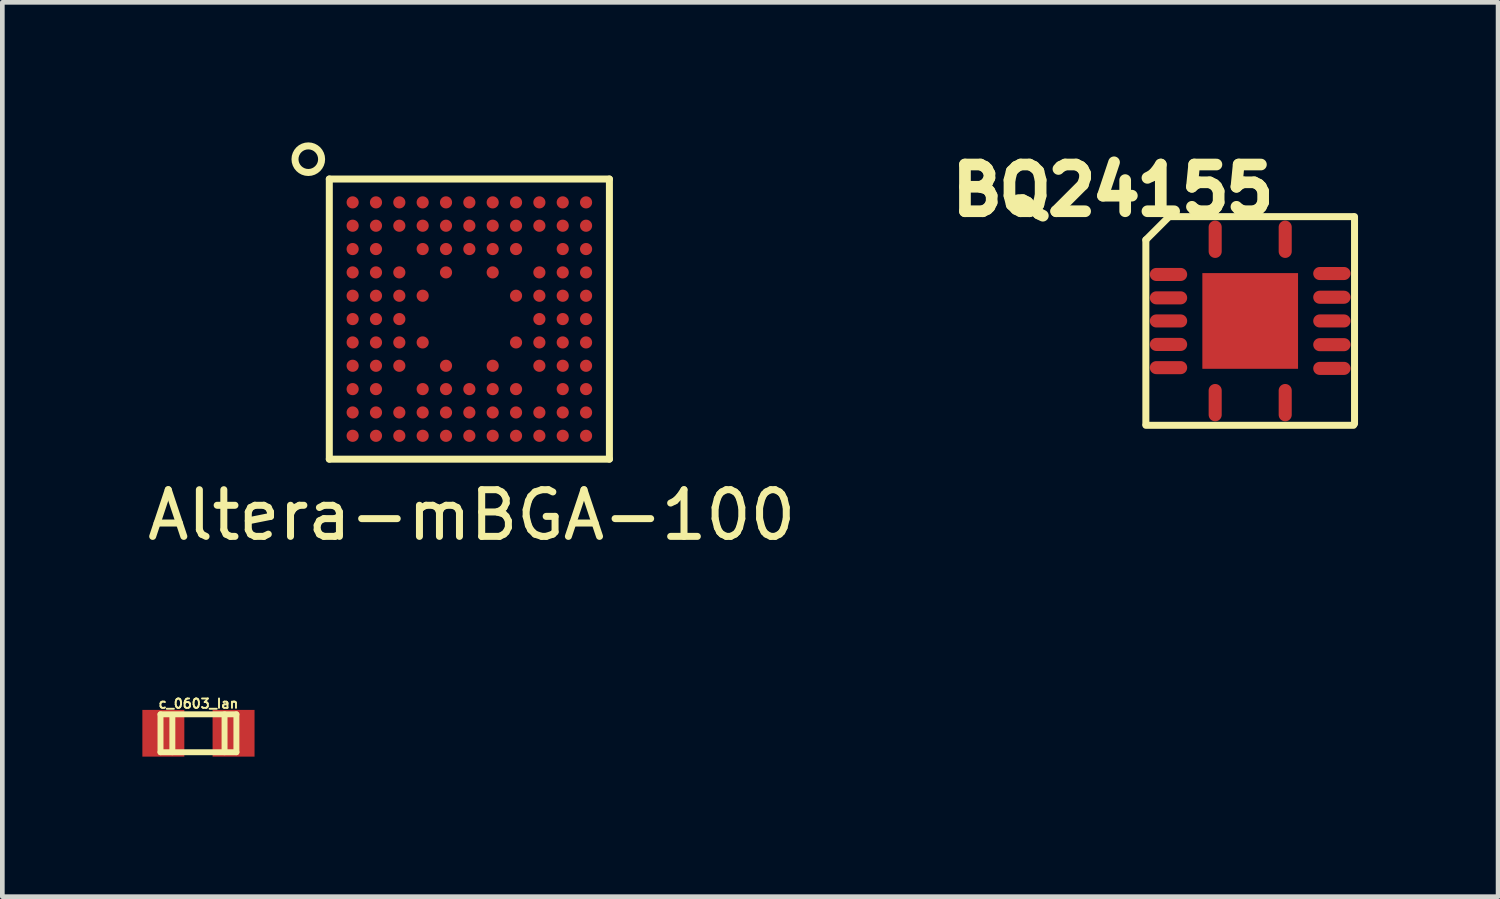
<source format=kicad_pcb>
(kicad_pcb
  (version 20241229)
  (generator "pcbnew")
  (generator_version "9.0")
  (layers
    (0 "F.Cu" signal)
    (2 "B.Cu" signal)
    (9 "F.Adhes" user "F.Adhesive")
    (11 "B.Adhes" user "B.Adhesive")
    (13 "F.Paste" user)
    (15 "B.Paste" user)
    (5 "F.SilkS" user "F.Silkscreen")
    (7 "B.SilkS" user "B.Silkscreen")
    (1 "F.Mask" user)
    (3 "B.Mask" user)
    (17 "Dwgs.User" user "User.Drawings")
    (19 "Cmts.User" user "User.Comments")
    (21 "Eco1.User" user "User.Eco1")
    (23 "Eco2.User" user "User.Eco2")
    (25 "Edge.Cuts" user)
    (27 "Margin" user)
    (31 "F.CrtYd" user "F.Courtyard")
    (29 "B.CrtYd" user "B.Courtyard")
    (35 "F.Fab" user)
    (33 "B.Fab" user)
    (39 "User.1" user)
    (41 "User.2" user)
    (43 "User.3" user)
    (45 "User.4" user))
  (footprint "c_0603_Ian"
    (layer "F.Cu")
    (at 1.201 12.657)
    (property "Reference" "c_0603_Ian" (at 0 -0.635 0) (layer "F.SilkS") (effects (font (size 0.201 0.201) (thickness 0.041))))
    (attr smd)
    (fp_line (start -0.813 -0.406) (end 0.813 -0.406) (stroke (width 0.127) (type solid)) (layer "F.SilkS"))
    (fp_line (start -0.813 0.406) (end -0.813 -0.406) (stroke (width 0.127) (type solid)) (layer "F.SilkS"))
    (fp_line (start -0.559 -0.381) (end -0.559 0.406) (stroke (width 0.127) (type solid)) (layer "F.SilkS"))
    (fp_line (start 0.559 0.406) (end 0.559 -0.406) (stroke (width 0.127) (type solid)) (layer "F.SilkS"))
    (fp_line (start 0.813 -0.406) (end 0.813 0.406) (stroke (width 0.127) (type solid)) (layer "F.SilkS"))
    (fp_line (start 0.813 0.406) (end -0.813 0.406) (stroke (width 0.127) (type solid)) (layer "F.SilkS"))
    (pad "1" smd rect (at 0.752 0) (size 0.899 1.001) (layers "F.Cu" "F.Mask" "F.Paste"))
    (pad "2" smd rect (at -0.752 0) (size 0.899 1.001) (layers "F.Cu" "F.Mask" "F.Paste")))
  (footprint "BQ24155"
    (layer "F.Cu")
    (at 23.73 3.825)
    (property "Reference" "BQ24155" (at -2.94 -2.8 0) (layer "F.SilkS") (effects (font (size 1.001 1.001) (thickness 0.25))))
    (attr smd)
    (fp_line (start -2.235 -1.737) (end -2.235 2.214) (stroke (width 0.15) (type solid)) (layer "F.SilkS"))
    (fp_line (start -2.235 -1.737) (end -1.737 -2.235) (stroke (width 0.15) (type solid)) (layer "F.SilkS"))
    (fp_line (start -1.737 -2.235) (end 2.204 -2.235) (stroke (width 0.15) (type solid)) (layer "F.SilkS"))
    (fp_line (start 2.214 2.235) (end -2.235 2.235) (stroke (width 0.15) (type solid)) (layer "F.SilkS"))
    (fp_line (start 2.235 -2.235) (end 2.235 2.204) (stroke (width 0.15) (type solid)) (layer "F.SilkS"))
    (pad "0" smd rect (at 0 0) (size 2.05 2.05) (layers "F.Cu" "F.Mask" "F.Paste"))
    (pad "1" smd oval (at -0.75 -1.75 270) (size 0.8 0.28) (layers "F.Cu" "F.Mask" "F.Paste"))
    (pad "2" smd oval (at -1.75 -0.996) (size 0.8 0.28) (layers "F.Cu" "F.Mask" "F.Paste"))
    (pad "3" smd oval (at -1.75 -0.495) (size 0.8 0.28) (layers "F.Cu" "F.Mask" "F.Paste"))
    (pad "4" smd oval (at -1.75 0) (size 0.8 0.28) (layers "F.Cu" "F.Mask" "F.Paste"))
    (pad "5" smd oval (at -1.75 0.503) (size 0.8 0.28) (layers "F.Cu" "F.Mask" "F.Paste"))
    (pad "6" smd oval (at -1.75 1) (size 0.8 0.28) (layers "F.Cu" "F.Mask" "F.Paste"))
    (pad "7" smd oval (at -0.75 1.75 90) (size 0.8 0.28) (layers "F.Cu" "F.Mask" "F.Paste"))
    (pad "8" smd oval (at 0.75 1.75 90) (size 0.8 0.28) (layers "F.Cu" "F.Mask" "F.Paste"))
    (pad "9" smd oval (at 1.75 1.016 180) (size 0.8 0.28) (layers "F.Cu" "F.Mask" "F.Paste"))
    (pad "10" smd oval (at 1.75 0.508 180) (size 0.8 0.28) (layers "F.Cu" "F.Mask" "F.Paste"))
    (pad "11" smd oval (at 1.75 0 180) (size 0.8 0.28) (layers "F.Cu" "F.Mask" "F.Paste"))
    (pad "12" smd oval (at 1.75 -0.508 180) (size 0.8 0.28) (layers "F.Cu" "F.Mask" "F.Paste"))
    (pad "13" smd oval (at 1.75 -1.016 180) (size 0.8 0.28) (layers "F.Cu" "F.Mask" "F.Paste"))
    (pad "14" smd oval (at 0.75 -1.75 270) (size 0.8 0.28) (layers "F.Cu" "F.Mask" "F.Paste")))
  (footprint "Altera-mBGA-100"
    (layer "F.Cu")
    (at 7.004 3.785)
    (property "Reference" "Altera-mBGA-100" (at 0.05 4.2 0) (layer "F.SilkS") (effects (font (size 1 1) (thickness 0.15))))
    (attr through_hole)
    (fp_line (start -3 -3) (end 3 -3) (stroke (width 0.15) (type solid)) (layer "F.SilkS"))
    (fp_line (start -3 3) (end -3 -3) (stroke (width 0.15) (type solid)) (layer "F.SilkS"))
    (fp_line (start 3 -3) (end 3 3) (stroke (width 0.15) (type solid)) (layer "F.SilkS"))
    (fp_line (start 3 3) (end -3 3) (stroke (width 0.15) (type solid)) (layer "F.SilkS"))
    (fp_circle (center -3.45 -3.425) (end -3.675 -3.6) (stroke (width 0.15) (type solid)) (fill no) (layer "F.SilkS"))
    (pad "A1" smd circle (at -2.5 -2.5) (size 0.26 0.26) (layers "F.Cu" "F.Mask" "F.Paste"))
    (pad "A2" smd circle (at -2 -2.5) (size 0.26 0.26) (layers "F.Cu" "F.Mask" "F.Paste"))
    (pad "A3" smd circle (at -1.5 -2.5) (size 0.26 0.26) (layers "F.Cu" "F.Mask" "F.Paste"))
    (pad "A4" smd circle (at -1 -2.5) (size 0.26 0.26) (layers "F.Cu" "F.Mask" "F.Paste"))
    (pad "A5" smd circle (at -0.5 -2.5) (size 0.26 0.26) (layers "F.Cu" "F.Mask" "F.Paste"))
    (pad "A6" smd circle (at 0 -2.5) (size 0.26 0.26) (layers "F.Cu" "F.Mask" "F.Paste"))
    (pad "A7" smd circle (at 0.5 -2.5) (size 0.26 0.26) (layers "F.Cu" "F.Mask" "F.Paste"))
    (pad "A8" smd circle (at 1 -2.5) (size 0.26 0.26) (layers "F.Cu" "F.Mask" "F.Paste"))
    (pad "A9" smd circle (at 1.5 -2.5) (size 0.26 0.26) (layers "F.Cu" "F.Mask" "F.Paste"))
    (pad "A10" smd circle (at 2 -2.5) (size 0.26 0.26) (layers "F.Cu" "F.Mask" "F.Paste"))
    (pad "A11" smd circle (at 2.5 -2.5) (size 0.26 0.26) (layers "F.Cu" "F.Mask" "F.Paste"))
    (pad "B1" smd circle (at -2.5 -2) (size 0.26 0.26) (layers "F.Cu" "F.Mask" "F.Paste"))
    (pad "B2" smd circle (at -2 -2) (size 0.26 0.26) (layers "F.Cu" "F.Mask" "F.Paste"))
    (pad "B3" smd circle (at -1.5 -2) (size 0.26 0.26) (layers "F.Cu" "F.Mask" "F.Paste"))
    (pad "B4" smd circle (at -1 -2) (size 0.26 0.26) (layers "F.Cu" "F.Mask" "F.Paste"))
    (pad "B5" smd circle (at -0.5 -2) (size 0.26 0.26) (layers "F.Cu" "F.Mask" "F.Paste"))
    (pad "B6" smd circle (at 0 -2) (size 0.26 0.26) (layers "F.Cu" "F.Mask" "F.Paste"))
    (pad "B7" smd circle (at 0.5 -2) (size 0.26 0.26) (layers "F.Cu" "F.Mask" "F.Paste"))
    (pad "B8" smd circle (at 1 -2) (size 0.26 0.26) (layers "F.Cu" "F.Mask" "F.Paste"))
    (pad "B9" smd circle (at 1.5 -2) (size 0.26 0.26) (layers "F.Cu" "F.Mask" "F.Paste"))
    (pad "B10" smd circle (at 2 -2) (size 0.26 0.26) (layers "F.Cu" "F.Mask" "F.Paste"))
    (pad "B11" smd circle (at 2.5 -2) (size 0.26 0.26) (layers "F.Cu" "F.Mask" "F.Paste"))
    (pad "C1" smd circle (at -2.5 -1.5) (size 0.26 0.26) (layers "F.Cu" "F.Mask" "F.Paste"))
    (pad "C2" smd circle (at -2 -1.5) (size 0.26 0.26) (layers "F.Cu" "F.Mask" "F.Paste"))
    (pad "C4" smd circle (at -1 -1.5) (size 0.26 0.26) (layers "F.Cu" "F.Mask" "F.Paste"))
    (pad "C5" smd circle (at -0.5 -1.5) (size 0.26 0.26) (layers "F.Cu" "F.Mask" "F.Paste"))
    (pad "C6" smd circle (at 0 -1.5) (size 0.26 0.26) (layers "F.Cu" "F.Mask" "F.Paste"))
    (pad "C7" smd circle (at 0.5 -1.5) (size 0.26 0.26) (layers "F.Cu" "F.Mask" "F.Paste"))
    (pad "C8" smd circle (at 1 -1.5) (size 0.26 0.26) (layers "F.Cu" "F.Mask" "F.Paste"))
    (pad "C10" smd circle (at 2 -1.5) (size 0.26 0.26) (layers "F.Cu" "F.Mask" "F.Paste"))
    (pad "C11" smd circle (at 2.5 -1.5) (size 0.26 0.26) (layers "F.Cu" "F.Mask" "F.Paste"))
    (pad "D1" smd circle (at -2.5 -1) (size 0.26 0.26) (layers "F.Cu" "F.Mask" "F.Paste"))
    (pad "D2" smd circle (at -2 -1) (size 0.26 0.26) (layers "F.Cu" "F.Mask" "F.Paste"))
    (pad "D3" smd circle (at -1.5 -1) (size 0.26 0.26) (layers "F.Cu" "F.Mask" "F.Paste"))
    (pad "D5" smd circle (at -0.5 -1) (size 0.26 0.26) (layers "F.Cu" "F.Mask" "F.Paste"))
    (pad "D7" smd circle (at 0.5 -1) (size 0.26 0.26) (layers "F.Cu" "F.Mask" "F.Paste"))
    (pad "D9" smd circle (at 1.5 -1) (size 0.26 0.26) (layers "F.Cu" "F.Mask" "F.Paste"))
    (pad "D10" smd circle (at 2 -1) (size 0.26 0.26) (layers "F.Cu" "F.Mask" "F.Paste"))
    (pad "D11" smd circle (at 2.5 -1) (size 0.26 0.26) (layers "F.Cu" "F.Mask" "F.Paste"))
    (pad "E1" smd circle (at -2.5 -0.5) (size 0.26 0.26) (layers "F.Cu" "F.Mask" "F.Paste"))
    (pad "E2" smd circle (at -2 -0.5) (size 0.26 0.26) (layers "F.Cu" "F.Mask" "F.Paste"))
    (pad "E3" smd circle (at -1.5 -0.5) (size 0.26 0.26) (layers "F.Cu" "F.Mask" "F.Paste"))
    (pad "E4" smd circle (at -1 -0.5) (size 0.26 0.26) (layers "F.Cu" "F.Mask" "F.Paste"))
    (pad "E8" smd circle (at 1 -0.5) (size 0.26 0.26) (layers "F.Cu" "F.Mask" "F.Paste"))
    (pad "E9" smd circle (at 1.5 -0.5) (size 0.26 0.26) (layers "F.Cu" "F.Mask" "F.Paste"))
    (pad "E10" smd circle (at 2 -0.5) (size 0.26 0.26) (layers "F.Cu" "F.Mask" "F.Paste"))
    (pad "E11" smd circle (at 2.5 -0.5) (size 0.26 0.26) (layers "F.Cu" "F.Mask" "F.Paste"))
    (pad "F1" smd circle (at -2.5 0) (size 0.26 0.26) (layers "F.Cu" "F.Mask" "F.Paste"))
    (pad "F2" smd circle (at -2 0) (size 0.26 0.26) (layers "F.Cu" "F.Mask" "F.Paste"))
    (pad "F3" smd circle (at -1.5 0) (size 0.26 0.26) (layers "F.Cu" "F.Mask" "F.Paste"))
    (pad "F9" smd circle (at 1.5 0) (size 0.26 0.26) (layers "F.Cu" "F.Mask" "F.Paste"))
    (pad "F10" smd circle (at 2 0) (size 0.26 0.26) (layers "F.Cu" "F.Mask" "F.Paste"))
    (pad "F11" smd circle (at 2.5 0) (size 0.26 0.26) (layers "F.Cu" "F.Mask" "F.Paste"))
    (pad "G1" smd circle (at -2.5 0.5) (size 0.26 0.26) (layers "F.Cu" "F.Mask" "F.Paste"))
    (pad "G2" smd circle (at -2 0.5) (size 0.26 0.26) (layers "F.Cu" "F.Mask" "F.Paste"))
    (pad "G3" smd circle (at -1.5 0.5) (size 0.26 0.26) (layers "F.Cu" "F.Mask" "F.Paste"))
    (pad "G4" smd circle (at -1 0.5) (size 0.26 0.26) (layers "F.Cu" "F.Mask" "F.Paste"))
    (pad "G8" smd circle (at 1 0.5) (size 0.26 0.26) (layers "F.Cu" "F.Mask" "F.Paste"))
    (pad "G9" smd circle (at 1.5 0.5) (size 0.26 0.26) (layers "F.Cu" "F.Mask" "F.Paste"))
    (pad "G10" smd circle (at 2 0.5) (size 0.26 0.26) (layers "F.Cu" "F.Mask" "F.Paste"))
    (pad "G11" smd circle (at 2.5 0.5) (size 0.26 0.26) (layers "F.Cu" "F.Mask" "F.Paste"))
    (pad "H1" smd circle (at -2.5 1) (size 0.26 0.26) (layers "F.Cu" "F.Mask" "F.Paste"))
    (pad "H2" smd circle (at -2 1) (size 0.26 0.26) (layers "F.Cu" "F.Mask" "F.Paste"))
    (pad "H3" smd circle (at -1.5 1) (size 0.26 0.26) (layers "F.Cu" "F.Mask" "F.Paste"))
    (pad "H5" smd circle (at -0.5 1) (size 0.26 0.26) (layers "F.Cu" "F.Mask" "F.Paste"))
    (pad "H7" smd circle (at 0.5 1) (size 0.26 0.26) (layers "F.Cu" "F.Mask" "F.Paste"))
    (pad "H9" smd circle (at 1.5 1) (size 0.26 0.26) (layers "F.Cu" "F.Mask" "F.Paste"))
    (pad "H10" smd circle (at 2 1) (size 0.26 0.26) (layers "F.Cu" "F.Mask" "F.Paste"))
    (pad "H11" smd circle (at 2.5 1) (size 0.26 0.26) (layers "F.Cu" "F.Mask" "F.Paste"))
    (pad "J1" smd circle (at -2.5 1.5) (size 0.26 0.26) (layers "F.Cu" "F.Mask" "F.Paste"))
    (pad "J2" smd circle (at -2 1.5) (size 0.26 0.26) (layers "F.Cu" "F.Mask" "F.Paste"))
    (pad "J4" smd circle (at -1 1.5) (size 0.26 0.26) (layers "F.Cu" "F.Mask" "F.Paste"))
    (pad "J5" smd circle (at -0.5 1.5) (size 0.26 0.26) (layers "F.Cu" "F.Mask" "F.Paste"))
    (pad "J6" smd circle (at 0 1.5) (size 0.26 0.26) (layers "F.Cu" "F.Mask" "F.Paste"))
    (pad "J7" smd circle (at 0.5 1.5) (size 0.26 0.26) (layers "F.Cu" "F.Mask" "F.Paste"))
    (pad "J8" smd circle (at 1 1.5) (size 0.26 0.26) (layers "F.Cu" "F.Mask" "F.Paste"))
    (pad "J10" smd circle (at 2 1.5) (size 0.26 0.26) (layers "F.Cu" "F.Mask" "F.Paste"))
    (pad "J11" smd circle (at 2.5 1.5) (size 0.26 0.26) (layers "F.Cu" "F.Mask" "F.Paste"))
    (pad "K1" smd circle (at -2.5 2) (size 0.26 0.26) (layers "F.Cu" "F.Mask" "F.Paste"))
    (pad "K2" smd circle (at -2 2) (size 0.26 0.26) (layers "F.Cu" "F.Mask" "F.Paste"))
    (pad "K3" smd circle (at -1.5 2) (size 0.26 0.26) (layers "F.Cu" "F.Mask" "F.Paste"))
    (pad "K4" smd circle (at -1 2) (size 0.26 0.26) (layers "F.Cu" "F.Mask" "F.Paste"))
    (pad "K5" smd circle (at -0.5 2) (size 0.26 0.26) (layers "F.Cu" "F.Mask" "F.Paste"))
    (pad "K6" smd circle (at 0 2) (size 0.26 0.26) (layers "F.Cu" "F.Mask" "F.Paste"))
    (pad "K7" smd circle (at 0.5 2) (size 0.26 0.26) (layers "F.Cu" "F.Mask" "F.Paste"))
    (pad "K8" smd circle (at 1 2) (size 0.26 0.26) (layers "F.Cu" "F.Mask" "F.Paste"))
    (pad "K9" smd circle (at 1.5 2) (size 0.26 0.26) (layers "F.Cu" "F.Mask" "F.Paste"))
    (pad "K10" smd circle (at 2 2) (size 0.26 0.26) (layers "F.Cu" "F.Mask" "F.Paste"))
    (pad "K11" smd circle (at 2.5 2) (size 0.26 0.26) (layers "F.Cu" "F.Mask" "F.Paste"))
    (pad "L1" smd circle (at -2.5 2.5) (size 0.26 0.26) (layers "F.Cu" "F.Mask" "F.Paste"))
    (pad "L2" smd circle (at -2 2.5) (size 0.26 0.26) (layers "F.Cu" "F.Mask" "F.Paste"))
    (pad "L3" smd circle (at -1.5 2.5) (size 0.26 0.26) (layers "F.Cu" "F.Mask" "F.Paste"))
    (pad "L4" smd circle (at -1 2.5) (size 0.26 0.26) (layers "F.Cu" "F.Mask" "F.Paste"))
    (pad "L5" smd circle (at -0.5 2.5) (size 0.26 0.26) (layers "F.Cu" "F.Mask" "F.Paste"))
    (pad "L6" smd circle (at 0 2.5) (size 0.26 0.26) (layers "F.Cu" "F.Mask" "F.Paste"))
    (pad "L7" smd circle (at 0.5 2.5) (size 0.26 0.26) (layers "F.Cu" "F.Mask" "F.Paste"))
    (pad "L8" smd circle (at 1 2.5) (size 0.26 0.26) (layers "F.Cu" "F.Mask" "F.Paste"))
    (pad "L9" smd circle (at 1.5 2.5) (size 0.26 0.26) (layers "F.Cu" "F.Mask" "F.Paste"))
    (pad "L10" smd circle (at 2 2.5) (size 0.26 0.26) (layers "F.Cu" "F.Mask" "F.Paste"))
    (pad "L11" smd circle (at 2.5 2.5) (size 0.26 0.26) (layers "F.Cu" "F.Mask" "F.Paste")))
  (gr_rect
    (start -3 -3)
    (end 29.04 16.157)
    (stroke (width 0.1) (type default))
    (fill no)
    (layer "Edge.Cuts")))
</source>
